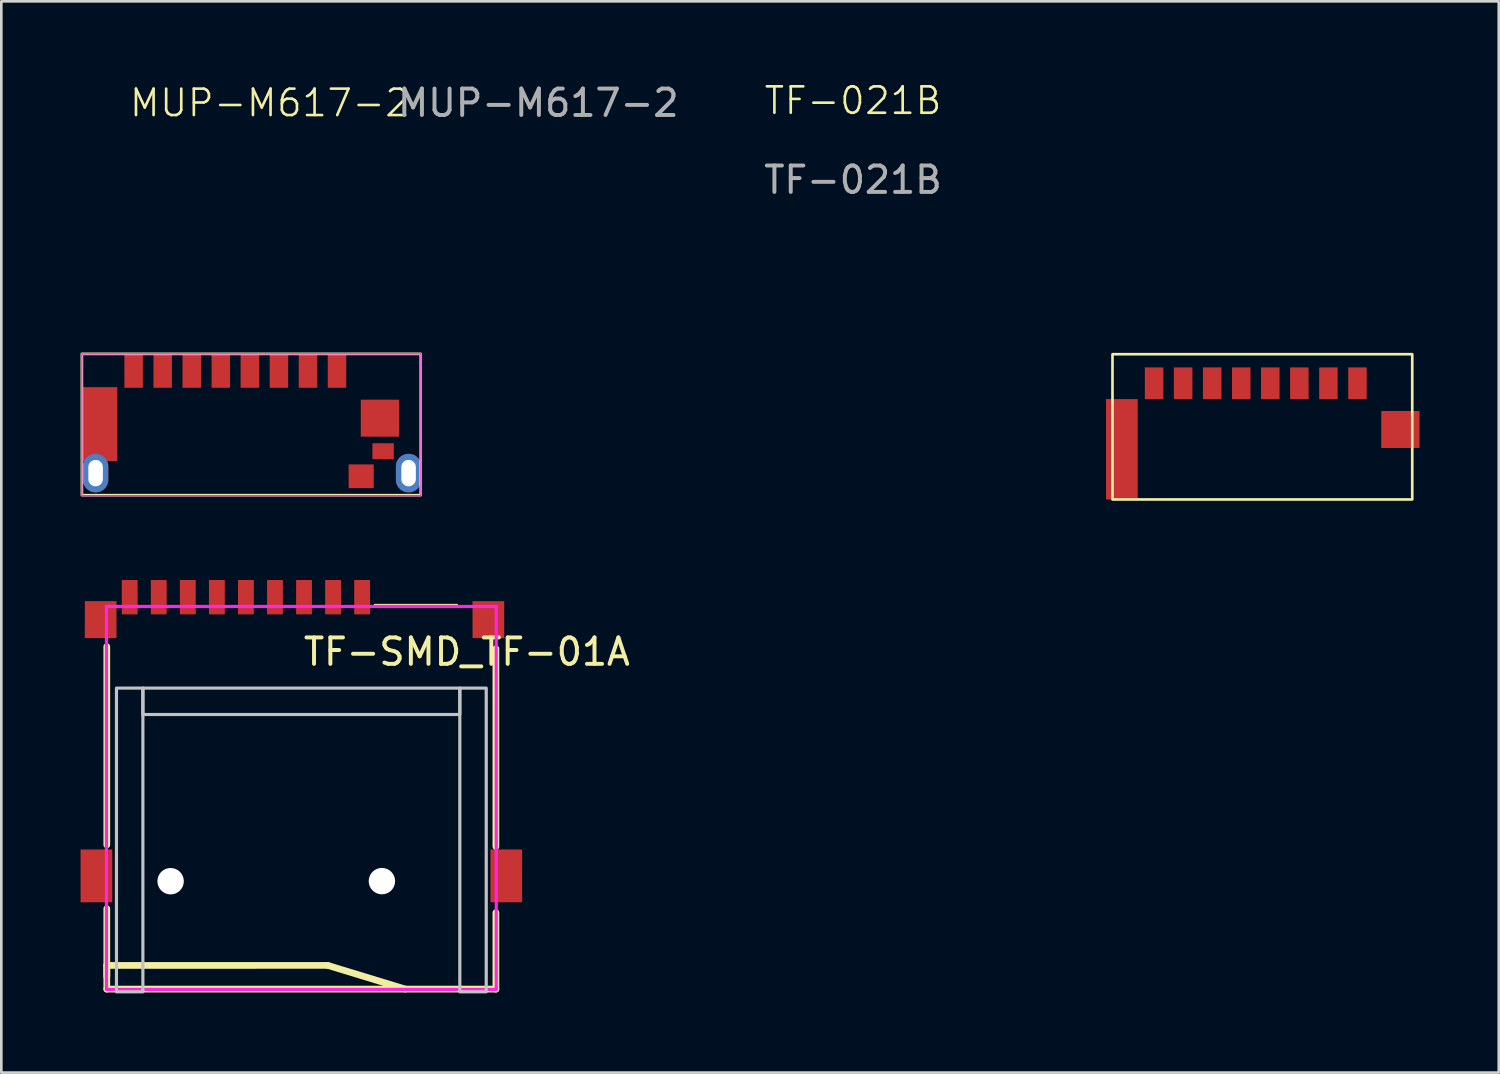
<source format=kicad_pcb>
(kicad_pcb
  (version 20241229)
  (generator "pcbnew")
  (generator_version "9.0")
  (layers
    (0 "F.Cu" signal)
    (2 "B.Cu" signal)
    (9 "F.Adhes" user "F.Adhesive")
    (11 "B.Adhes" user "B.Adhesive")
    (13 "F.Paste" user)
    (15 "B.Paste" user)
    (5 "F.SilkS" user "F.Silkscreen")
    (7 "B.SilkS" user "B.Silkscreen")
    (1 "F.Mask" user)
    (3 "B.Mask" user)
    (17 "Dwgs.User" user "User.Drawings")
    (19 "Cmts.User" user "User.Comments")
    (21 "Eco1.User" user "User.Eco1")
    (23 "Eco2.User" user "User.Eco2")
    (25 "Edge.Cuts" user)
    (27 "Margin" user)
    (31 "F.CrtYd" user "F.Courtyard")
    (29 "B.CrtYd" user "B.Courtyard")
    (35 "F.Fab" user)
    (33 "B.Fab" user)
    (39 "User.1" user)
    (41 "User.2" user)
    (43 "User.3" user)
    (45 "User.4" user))
  (footprint "MUP-M617-2"
    (layer "F.Cu")
    (at 9.71 11.008)
    (property "Reference" "MUP-M617-2" (at -2.54 -10.16 0) (unlocked yes) (layer "F.SilkS") (effects (font (size 1 1) (thickness 0.1))))
    (attr smd)
    (fp_rect (start -9.66 -0.66) (end 3.17 4.69) (stroke (width 0.1) (type default)) (fill no) (layer "F.SilkS"))
    (fp_rect (start -9.66 -0.66) (end 3.18 4.71) (stroke (width 0.05) (type default)) (fill no) (layer "F.CrtYd"))
    (fp_text user "${REFERENCE}" (at 7.62 -10.16 0) (unlocked yes) (layer "F.Fab") (effects (font (size 1 1) (thickness 0.15))))
    (pad "1" smd rect (at 0 0) (size 0.7 1.25) (layers "F.Cu" "F.Mask" "F.Paste"))
    (pad "2" smd rect (at -1.1 0) (size 0.7 1.25) (layers "F.Cu" "F.Mask" "F.Paste"))
    (pad "3" smd rect (at -2.2 0) (size 0.7 1.25) (layers "F.Cu" "F.Mask" "F.Paste"))
    (pad "4" smd rect (at -3.3 0) (size 0.7 1.25) (layers "F.Cu" "F.Mask" "F.Paste"))
    (pad "5" smd rect (at -4.4 0) (size 0.7 1.25) (layers "F.Cu" "F.Mask" "F.Paste"))
    (pad "6" smd rect (at -5.5 0) (size 0.7 1.25) (layers "F.Cu" "F.Mask" "F.Paste"))
    (pad "7" smd rect (at -6.6 0) (size 0.7 1.25) (layers "F.Cu" "F.Mask" "F.Paste"))
    (pad "8" smd rect (at -7.7 0) (size 0.7 1.25) (layers "F.Cu" "F.Mask" "F.Paste"))
    (pad "9" smd rect (at 1.745 3.025) (size 0.81 0.6) (layers "F.Cu" "F.Mask" "F.Paste"))
    (pad "10" smd rect (at 0.915 3.975) (size 0.95 0.9) (layers "F.Cu" "F.Mask" "F.Paste"))
    (pad "11" thru_hole oval (at -9.14 3.855) (size 0.96 1.46) (drill oval 0.55 1) (layers "*.Cu" "*.Paste" "*.Mask"))
    (pad "11" smd rect (at -8.97 2) (size 1.3 2.8) (layers "F.Cu" "F.Mask" "F.Paste"))
    (pad "11" smd rect (at 1.625 1.775) (size 1.45 1.4) (layers "F.Cu" "F.Mask" "F.Paste"))
    (pad "11" thru_hole oval (at 2.71 3.855) (size 0.96 1.46) (drill oval 0.55 1) (layers "*.Cu" "*.Paste" "*.Mask")))
  (footprint "TF-SMD_TF-01A"
    (layer "F.Cu")
    (at 8.36 24.837)
    (property "Reference" "TF-SMD_TF-01A" (at 0 -3.207 0) (layer "F.SilkS") (effects (font (size 1 1) (thickness 0.15)) (justify left)))
    (attr through_hole)
    (fp_line (start -7.366 -3.406) (end -7.366 4.103) (stroke (width 0.254) (type solid)) (layer "F.SilkS"))
    (fp_line (start -7.366 6.516) (end -7.366 9.564) (stroke (width 0.254) (type solid)) (layer "F.SilkS"))
    (fp_line (start -7.366 8.667) (end 1 8.666) (stroke (width 0.254) (type solid)) (layer "F.SilkS"))
    (fp_line (start -7.366 9.091) (end -7.366 8.667) (stroke (width 0.254) (type solid)) (layer "F.SilkS"))
    (fp_line (start -7.366 9.564) (end 7.366 9.564) (stroke (width 0.254) (type solid)) (layer "F.SilkS"))
    (fp_line (start 1 8.666) (end 3.937 9.563) (stroke (width 0.254) (type solid)) (layer "F.SilkS"))
    (fp_line (start 2.786 -4.972) (end 5.885 -4.973) (stroke (width 0.102) (type solid)) (layer "F.SilkS"))
    (fp_line (start 7.366 4.167) (end 7.366 -3.326) (stroke (width 0.254) (type solid)) (layer "F.SilkS"))
    (fp_line (start 7.366 9.564) (end 7.366 6.666) (stroke (width 0.254) (type solid)) (layer "F.SilkS"))
    (fp_circle (center -4.95 5.478) (end -4.75 5.478) (stroke (width 0.4) (type solid)) (fill no) (layer "Dwgs.User"))
    (fp_circle (center 3.05 5.475) (end 3.25 5.475) (stroke (width 0.4) (type solid)) (fill no) (layer "Dwgs.User"))
    (fp_poly (pts (xy -6 -1.834) (xy 6 -1.834) (xy 6 -0.834) (xy -6 -0.834)) (stroke (width 0.12) (type solid)) (fill no) (layer "Dwgs.User"))
    (fp_poly (pts (xy 7 9.666) (xy 7 -1.834) (xy 6 -1.834) (xy 6 9.666)) (stroke (width 0.12) (type solid)) (fill no) (layer "Dwgs.User"))
    (fp_poly (pts (xy -7 9.666) (xy -7 -1.834) (xy -6 -1.834) (xy -6 9.666) (xy -7 9.666)) (stroke (width 0.12) (type solid)) (fill no) (layer "Dwgs.User"))
    (fp_line (start -3.386 -4.984) (end -3.016 -4.984) (stroke (width 0.12) (type solid)) (layer "Eco2.User"))
    (fp_line (start -3.386 -4.914) (end -3.386 -4.984) (stroke (width 0.12) (type solid)) (layer "Eco2.User"))
    (fp_line (start -3.016 -4.984) (end -3.016 -4.914) (stroke (width 0.12) (type solid)) (layer "Eco2.User"))
    (fp_line (start -3.016 -4.914) (end -3.386 -4.914) (stroke (width 0.12) (type solid)) (layer "Eco2.User"))
    (fp_line (start -2.288 -4.984) (end -1.918 -4.984) (stroke (width 0.12) (type solid)) (layer "Eco2.User"))
    (fp_line (start -2.288 -4.914) (end -2.288 -4.984) (stroke (width 0.12) (type solid)) (layer "Eco2.User"))
    (fp_line (start -1.918 -4.984) (end -1.918 -4.914) (stroke (width 0.12) (type solid)) (layer "Eco2.User"))
    (fp_line (start -1.918 -4.914) (end -2.288 -4.914) (stroke (width 0.12) (type solid)) (layer "Eco2.User"))
    (fp_circle (center 8.05 -5.474) (end 8.08 -5.474) (stroke (width 0.06) (type solid)) (fill no) (layer "Eco2.User"))
    (fp_poly (pts (xy -8.05 4.476) (xy -7.35 4.476) (xy -7.35 6.076) (xy -8.05 6.076)) (stroke (width 0.12) (type solid)) (fill no) (layer "Eco2.User"))
    (fp_poly (pts (xy -7.95 -3.926) (xy -7.95 -4.926) (xy -7.25 -4.926) (xy -7.25 -3.926)) (stroke (width 0.12) (type solid)) (fill no) (layer "Eco2.User"))
    (fp_poly (pts (xy -6.684 -4.924) (xy -6.684 -5.474) (xy -6.314 -5.474) (xy -6.314 -4.924)) (stroke (width 0.12) (type solid)) (fill no) (layer "Eco2.User"))
    (fp_poly (pts (xy -5.58 -4.924) (xy -5.58 -5.474) (xy -5.21 -5.474) (xy -5.21 -4.924)) (stroke (width 0.12) (type solid)) (fill no) (layer "Eco2.User"))
    (fp_poly (pts (xy -4.482 -4.924) (xy -4.482 -5.474) (xy -4.112 -5.474) (xy -4.112 -4.924)) (stroke (width 0.12) (type solid)) (fill no) (layer "Eco2.User"))
    (fp_poly (pts (xy -3.386 -4.924) (xy -3.386 -5.474) (xy -3.016 -5.474) (xy -3.016 -4.924)) (stroke (width 0.12) (type solid)) (fill no) (layer "Eco2.User"))
    (fp_poly (pts (xy -2.288 -4.924) (xy -2.288 -5.474) (xy -1.918 -5.474) (xy -1.918 -4.924)) (stroke (width 0.12) (type solid)) (fill no) (layer "Eco2.User"))
    (fp_poly (pts (xy -1.189 -4.924) (xy -1.189 -5.474) (xy -0.819 -5.474) (xy -0.819 -4.924)) (stroke (width 0.12) (type solid)) (fill no) (layer "Eco2.User"))
    (fp_poly (pts (xy -0.089 -4.924) (xy -0.089 -5.474) (xy 0.28 -5.474) (xy 0.28 -4.924)) (stroke (width 0.12) (type solid)) (fill no) (layer "Eco2.User"))
    (fp_poly (pts (xy 1.007 -4.924) (xy 1.007 -5.474) (xy 1.377 -5.474) (xy 1.377 -4.924)) (stroke (width 0.12) (type solid)) (fill no) (layer "Eco2.User"))
    (fp_poly (pts (xy 2.107 -4.924) (xy 2.107 -5.474) (xy 2.477 -5.474) (xy 2.477 -4.924)) (stroke (width 0.12) (type solid)) (fill no) (layer "Eco2.User"))
    (fp_poly (pts (xy 6.66 -4.926) (xy 7.31 -4.926) (xy 7.31 -3.926) (xy 6.66 -3.926)) (stroke (width 0.12) (type solid)) (fill no) (layer "Eco2.User"))
    (fp_poly (pts (xy 7.35 6.076) (xy 7.35 4.476) (xy 8.05 4.476) (xy 8.05 6.076)) (stroke (width 0.12) (type solid)) (fill no) (layer "Eco2.User"))
    (fp_line (start -7.38 -4.925) (end 7.38 -4.925) (stroke (width 0.12) (type solid)) (layer "F.CrtYd"))
    (fp_line (start -7.38 9.575) (end -7.38 -4.925) (stroke (width 0.12) (type solid)) (layer "F.CrtYd"))
    (fp_line (start 7.38 -4.925) (end 7.38 9.575) (stroke (width 0.12) (type solid)) (layer "F.CrtYd"))
    (fp_line (start 7.38 9.575) (end -7.38 9.575) (stroke (width 0.12) (type solid)) (layer "F.CrtYd"))
    (pad "" np_thru_hole circle (at -4.95 5.478) (size 1 1) (drill 1) (layers "*.Cu" "*.Mask"))
    (pad "" np_thru_hole circle (at 3.05 5.475) (size 1 1) (drill 1) (layers "*.Cu" "*.Mask"))
    (pad "1" smd rect (at 2.301 -5.276) (size 0.6 1.3) (layers "F.Cu" "F.Mask" "F.Paste"))
    (pad "2" smd rect (at 1.201 -5.276) (size 0.6 1.3) (layers "F.Cu" "F.Mask" "F.Paste"))
    (pad "3" smd rect (at 0.101 -5.276) (size 0.6 1.3) (layers "F.Cu" "F.Mask" "F.Paste"))
    (pad "4" smd rect (at -0.999 -5.276) (size 0.6 1.3) (layers "F.Cu" "F.Mask" "F.Paste"))
    (pad "5" smd rect (at -2.099 -5.276) (size 0.6 1.3) (layers "F.Cu" "F.Mask" "F.Paste"))
    (pad "6" smd rect (at -3.199 -5.276) (size 0.6 1.3) (layers "F.Cu" "F.Mask" "F.Paste"))
    (pad "7" smd rect (at -4.299 -5.276) (size 0.6 1.3) (layers "F.Cu" "F.Mask" "F.Paste"))
    (pad "8" smd rect (at -5.399 -5.276) (size 0.6 1.3) (layers "F.Cu" "F.Mask" "F.Paste"))
    (pad "9" smd rect (at -6.499 -5.276) (size 0.6 1.3) (layers "F.Cu" "F.Mask" "F.Paste"))
    (pad "10" smd rect (at -7.599 -4.426) (size 1.2 1.4) (layers "F.Cu" "F.Mask" "F.Paste"))
    (pad "11" smd rect (at -7.76 5.276) (size 1.2 2) (layers "F.Cu" "F.Mask" "F.Paste"))
    (pad "12" smd rect (at 7.76 5.276) (size 1.2 2) (layers "F.Cu" "F.Mask" "F.Paste"))
    (pad "13" smd rect (at 7.081 -4.426) (size 1.2 1.4) (layers "F.Cu" "F.Mask" "F.Paste")))
  (footprint "TF-021B"
    (layer "F.Cu")
    (at 38.647 10.761)
    (property "Reference" "TF-021B" (at -9.4 -10 0) (unlocked yes) (layer "F.SilkS") (effects (font (size 1 1) (thickness 0.1))))
    (attr smd)
    (fp_rect (start 0.425 -0.4) (end 11.775 5.1) (stroke (width 0.1) (type default)) (fill no) (layer "F.SilkS"))
    (fp_text user "${REFERENCE}" (at -9.4 -7 0) (unlocked yes) (layer "F.Fab") (effects (font (size 1 1) (thickness 0.15))))
    (pad "1" smd rect (at 2 0.7) (size 0.7 1.2) (layers "F.Cu" "F.Mask" "F.Paste"))
    (pad "2" smd rect (at 3.1 0.7) (size 0.7 1.2) (layers "F.Cu" "F.Mask" "F.Paste"))
    (pad "3" smd rect (at 4.2 0.7) (size 0.7 1.2) (layers "F.Cu" "F.Mask" "F.Paste"))
    (pad "4" smd rect (at 5.3 0.7) (size 0.7 1.2) (layers "F.Cu" "F.Mask" "F.Paste"))
    (pad "5" smd rect (at 6.4 0.7) (size 0.7 1.2) (layers "F.Cu" "F.Mask" "F.Paste"))
    (pad "6" smd rect (at 7.5 0.7) (size 0.7 1.2) (layers "F.Cu" "F.Mask" "F.Paste"))
    (pad "7" smd rect (at 8.6 0.7) (size 0.7 1.2) (layers "F.Cu" "F.Mask" "F.Paste"))
    (pad "8" smd rect (at 9.7 0.7) (size 0.7 1.2) (layers "F.Cu" "F.Mask" "F.Paste"))
    (pad "10" smd rect (at 0.78 3.2) (size 1.2 3.8) (layers "F.Cu" "F.Mask" "F.Paste"))
    (pad "10" smd rect (at 11.325 2.45) (size 1.45 1.4) (layers "F.Cu" "F.Mask" "F.Paste")))
  (gr_rect
    (start -3 -3)
    (end 53.697 37.562)
    (stroke (width 0.1) (type default))
    (fill no)
    (layer "Edge.Cuts")))
</source>
